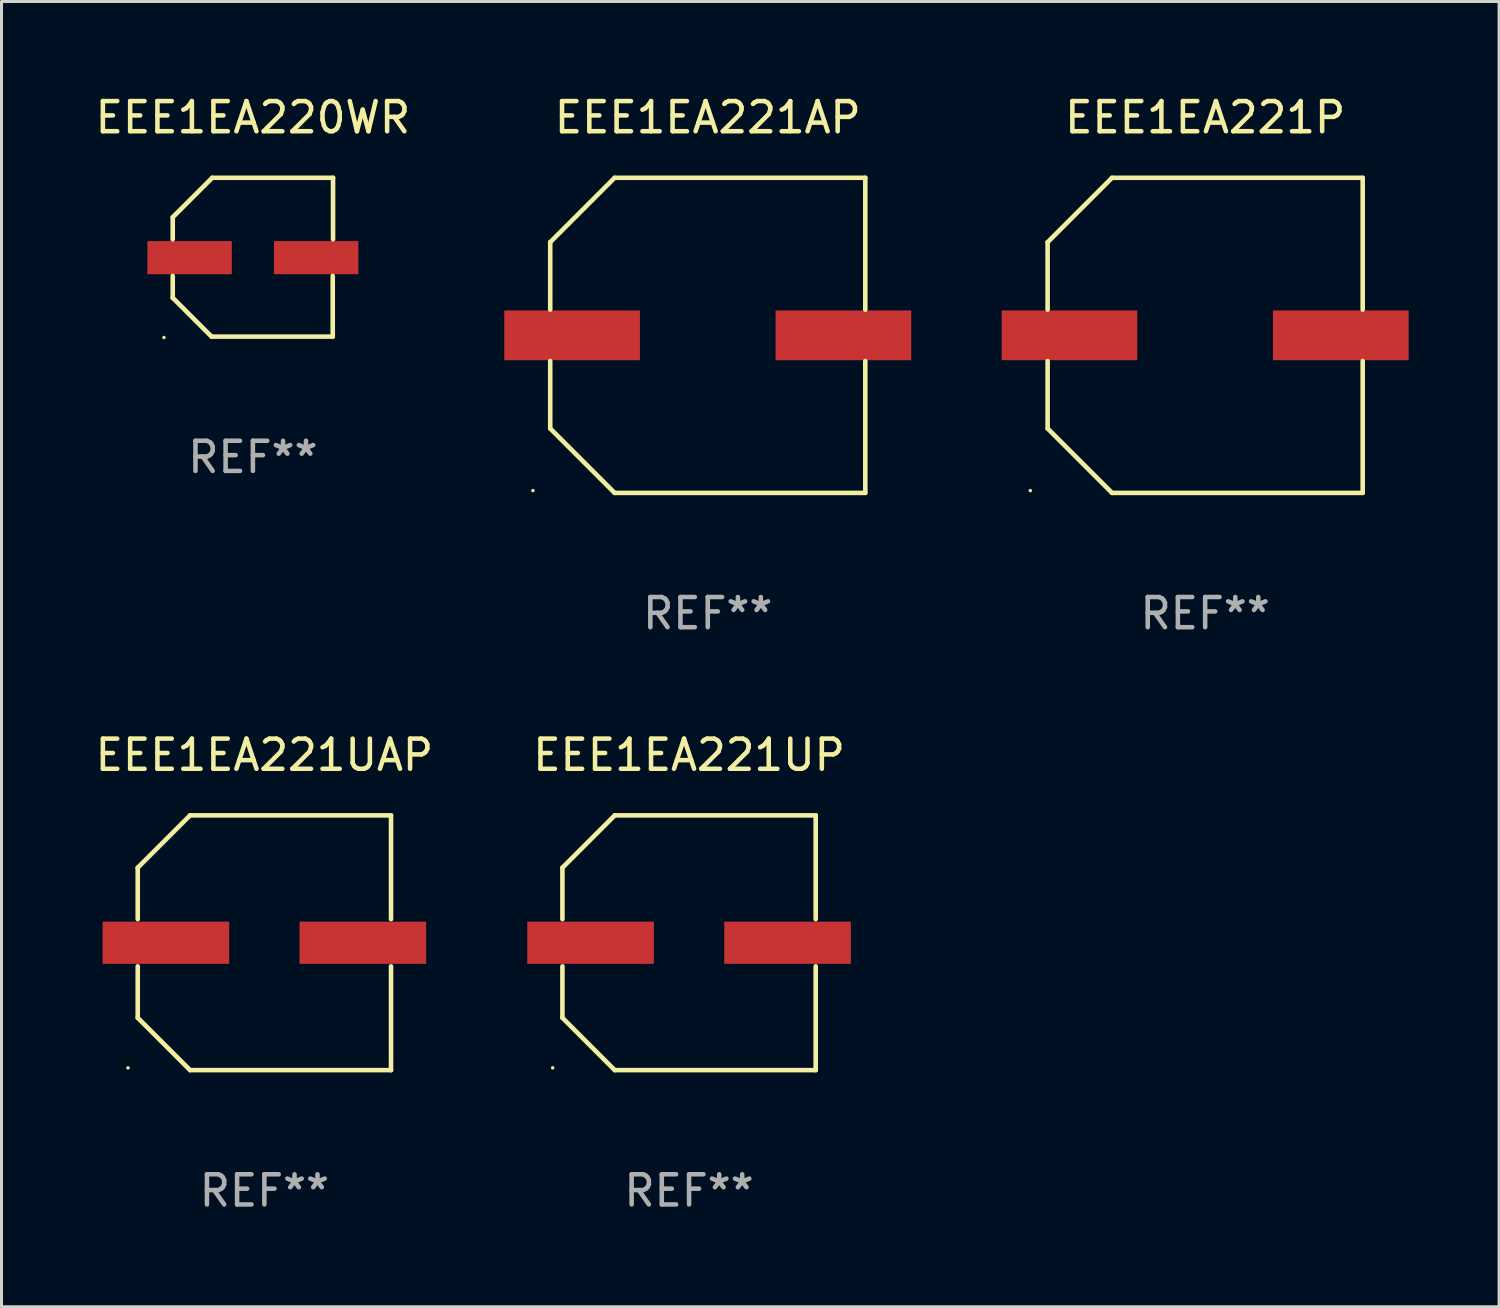
<source format=kicad_pcb>
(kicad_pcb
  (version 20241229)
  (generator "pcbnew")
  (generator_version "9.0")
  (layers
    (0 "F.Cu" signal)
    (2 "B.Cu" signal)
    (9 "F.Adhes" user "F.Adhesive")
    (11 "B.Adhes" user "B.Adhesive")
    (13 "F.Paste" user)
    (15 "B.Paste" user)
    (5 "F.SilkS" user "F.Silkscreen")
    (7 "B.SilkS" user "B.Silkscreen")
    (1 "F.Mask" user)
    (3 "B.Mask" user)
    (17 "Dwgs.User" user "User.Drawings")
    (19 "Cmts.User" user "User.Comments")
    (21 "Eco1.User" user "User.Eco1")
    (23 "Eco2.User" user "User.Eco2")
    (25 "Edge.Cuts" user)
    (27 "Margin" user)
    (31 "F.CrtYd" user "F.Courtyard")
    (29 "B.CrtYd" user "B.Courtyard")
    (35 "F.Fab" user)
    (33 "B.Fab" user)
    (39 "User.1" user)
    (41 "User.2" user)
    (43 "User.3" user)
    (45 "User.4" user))
  (footprint "EEE1EA221AP"
    (layer "F.Cu")
    (at 20.428 8.074)
    (property "Reference" "EEE1EA221AP" (at 0 -7.226 0) (layer "F.SilkS") (effects (font (size 1 1) (thickness 0.15))))
    (attr through_hole)
    (fp_line (start -5.226 -3.09) (end -5.226 -0.852) (stroke (width 0.152) (type solid)) (layer "F.SilkS"))
    (fp_line (start -5.226 3.09) (end -5.226 0.852) (stroke (width 0.152) (type solid)) (layer "F.SilkS"))
    (fp_line (start -3.09 -5.226) (end -5.226 -3.09) (stroke (width 0.152) (type solid)) (layer "F.SilkS"))
    (fp_line (start -3.09 5.226) (end -5.226 3.09) (stroke (width 0.152) (type solid)) (layer "F.SilkS"))
    (fp_line (start 5.226 -5.226) (end -3.09 -5.226) (stroke (width 0.152) (type solid)) (layer "F.SilkS"))
    (fp_line (start 5.226 -0.852) (end 5.226 -5.226) (stroke (width 0.152) (type solid)) (layer "F.SilkS"))
    (fp_line (start 5.226 0.852) (end 5.226 5.226) (stroke (width 0.152) (type solid)) (layer "F.SilkS"))
    (fp_line (start 5.226 5.226) (end -3.09 5.226) (stroke (width 0.152) (type solid)) (layer "F.SilkS"))
    (fp_circle (center -5.8 5.15) (end -5.77 5.15) (stroke (width 0.06) (type solid)) (fill no) (layer "F.SilkS"))
    (fp_text user "REF**" (at 0 9.226 0) (layer "F.Fab") (effects (font (size 1 1) (thickness 0.15))))
    (pad "1" smd rect (at -4.5 0) (size 4.5 1.65) (layers "F.Cu" "F.Mask" "F.Paste"))
    (pad "2" smd rect (at 4.5 0) (size 4.5 1.65) (layers "F.Cu" "F.Mask" "F.Paste")))
  (footprint "EEE1EA220WR"
    (layer "F.Cu")
    (at 5.339 5.482)
    (property "Reference" "EEE1EA220WR" (at 0 -4.634 0) (layer "F.SilkS") (effects (font (size 1 1) (thickness 0.15))))
    (attr through_hole)
    (fp_line (start -2.659 -1.326) (end -2.659 -0.592) (stroke (width 0.152) (type solid)) (layer "F.SilkS"))
    (fp_line (start -2.659 1.346) (end -2.659 0.622) (stroke (width 0.152) (type solid)) (layer "F.SilkS"))
    (fp_line (start -1.372 2.634) (end -2.659 1.346) (stroke (width 0.152) (type solid)) (layer "F.SilkS"))
    (fp_line (start -1.349 -2.634) (end -2.659 -1.326) (stroke (width 0.152) (type solid)) (layer "F.SilkS"))
    (fp_line (start 2.649 0.622) (end 2.649 2.634) (stroke (width 0.152) (type solid)) (layer "F.SilkS"))
    (fp_line (start 2.649 2.634) (end -1.372 2.634) (stroke (width 0.152) (type solid)) (layer "F.SilkS"))
    (fp_line (start 2.659 -2.634) (end -1.349 -2.634) (stroke (width 0.152) (type solid)) (layer "F.SilkS"))
    (fp_line (start 2.659 -0.592) (end 2.659 -2.634) (stroke (width 0.152) (type solid)) (layer "F.SilkS"))
    (fp_circle (center -2.95 2.665) (end -2.92 2.665) (stroke (width 0.06) (type solid)) (fill no) (layer "F.SilkS"))
    (fp_text user "REF**" (at 0 6.634 0) (layer "F.Fab") (effects (font (size 1 1) (thickness 0.15))))
    (pad "1" smd rect (at -2.1 0.015) (size 2.8 1.1) (layers "F.Cu" "F.Mask" "F.Paste"))
    (pad "2" smd rect (at 2.1 0.015) (size 2.8 1.1) (layers "F.Cu" "F.Mask" "F.Paste")))
  (footprint "EEE1EA221UP"
    (layer "F.Cu")
    (at 19.808 28.223)
    (property "Reference" "EEE1EA221UP" (at 0 -6.226 0) (layer "F.SilkS") (effects (font (size 1 1) (thickness 0.15))))
    (attr through_hole)
    (fp_line (start -4.201 -2.49) (end -4.201 -0.782) (stroke (width 0.152) (type solid)) (layer "F.SilkS"))
    (fp_line (start -4.201 2.49) (end -4.201 0.782) (stroke (width 0.152) (type solid)) (layer "F.SilkS"))
    (fp_line (start -2.465 -4.226) (end -4.201 -2.49) (stroke (width 0.152) (type solid)) (layer "F.SilkS"))
    (fp_line (start -2.465 4.226) (end -4.201 2.49) (stroke (width 0.152) (type solid)) (layer "F.SilkS"))
    (fp_line (start 4.201 -4.226) (end -2.465 -4.226) (stroke (width 0.152) (type solid)) (layer "F.SilkS"))
    (fp_line (start 4.201 -0.782) (end 4.201 -4.226) (stroke (width 0.152) (type solid)) (layer "F.SilkS"))
    (fp_line (start 4.201 0.782) (end 4.201 4.226) (stroke (width 0.152) (type solid)) (layer "F.SilkS"))
    (fp_line (start 4.201 4.226) (end -2.465 4.226) (stroke (width 0.152) (type solid)) (layer "F.SilkS"))
    (fp_circle (center -4.524 4.15) (end -4.494 4.15) (stroke (width 0.06) (type solid)) (fill no) (layer "F.SilkS"))
    (fp_text user "REF**" (at 0 8.226 0) (layer "F.Fab") (effects (font (size 1 1) (thickness 0.15))))
    (pad "1" smd rect (at -3.267 0) (size 4.2 1.4) (layers "F.Cu" "F.Mask" "F.Paste"))
    (pad "2" smd rect (at 3.267 0) (size 4.2 1.4) (layers "F.Cu" "F.Mask" "F.Paste")))
  (footprint "EEE1EA221UAP"
    (layer "F.Cu")
    (at 5.72 28.223)
    (property "Reference" "EEE1EA221UAP" (at 0 -6.226 0) (layer "F.SilkS") (effects (font (size 1 1) (thickness 0.15))))
    (attr through_hole)
    (fp_line (start -4.201 -2.49) (end -4.201 -0.782) (stroke (width 0.152) (type solid)) (layer "F.SilkS"))
    (fp_line (start -4.201 2.49) (end -4.201 0.782) (stroke (width 0.152) (type solid)) (layer "F.SilkS"))
    (fp_line (start -2.465 -4.226) (end -4.201 -2.49) (stroke (width 0.152) (type solid)) (layer "F.SilkS"))
    (fp_line (start -2.465 4.226) (end -4.201 2.49) (stroke (width 0.152) (type solid)) (layer "F.SilkS"))
    (fp_line (start 4.201 -4.226) (end -2.465 -4.226) (stroke (width 0.152) (type solid)) (layer "F.SilkS"))
    (fp_line (start 4.201 -0.782) (end 4.201 -4.226) (stroke (width 0.152) (type solid)) (layer "F.SilkS"))
    (fp_line (start 4.201 0.782) (end 4.201 4.226) (stroke (width 0.152) (type solid)) (layer "F.SilkS"))
    (fp_line (start 4.201 4.226) (end -2.465 4.226) (stroke (width 0.152) (type solid)) (layer "F.SilkS"))
    (fp_circle (center -4.524 4.15) (end -4.494 4.15) (stroke (width 0.06) (type solid)) (fill no) (layer "F.SilkS"))
    (fp_text user "REF**" (at 0 8.226 0) (layer "F.Fab") (effects (font (size 1 1) (thickness 0.15))))
    (pad "1" smd rect (at -3.267 0) (size 4.2 1.4) (layers "F.Cu" "F.Mask" "F.Paste"))
    (pad "2" smd rect (at 3.267 0) (size 4.2 1.4) (layers "F.Cu" "F.Mask" "F.Paste")))
  (footprint "EEE1EA221P"
    (layer "F.Cu")
    (at 36.928 8.074)
    (property "Reference" "EEE1EA221P" (at 0 -7.226 0) (layer "F.SilkS") (effects (font (size 1 1) (thickness 0.15))))
    (attr through_hole)
    (fp_line (start -5.226 -3.09) (end -5.226 -0.852) (stroke (width 0.152) (type solid)) (layer "F.SilkS"))
    (fp_line (start -5.226 3.09) (end -5.226 0.852) (stroke (width 0.152) (type solid)) (layer "F.SilkS"))
    (fp_line (start -3.09 -5.226) (end -5.226 -3.09) (stroke (width 0.152) (type solid)) (layer "F.SilkS"))
    (fp_line (start -3.09 5.226) (end -5.226 3.09) (stroke (width 0.152) (type solid)) (layer "F.SilkS"))
    (fp_line (start 5.226 -5.226) (end -3.09 -5.226) (stroke (width 0.152) (type solid)) (layer "F.SilkS"))
    (fp_line (start 5.226 -0.852) (end 5.226 -5.226) (stroke (width 0.152) (type solid)) (layer "F.SilkS"))
    (fp_line (start 5.226 0.852) (end 5.226 5.226) (stroke (width 0.152) (type solid)) (layer "F.SilkS"))
    (fp_line (start 5.226 5.226) (end -3.09 5.226) (stroke (width 0.152) (type solid)) (layer "F.SilkS"))
    (fp_circle (center -5.8 5.15) (end -5.77 5.15) (stroke (width 0.06) (type solid)) (fill no) (layer "F.SilkS"))
    (fp_text user "REF**" (at 0 9.226 0) (layer "F.Fab") (effects (font (size 1 1) (thickness 0.15))))
    (pad "1" smd rect (at -4.5 0) (size 4.5 1.65) (layers "F.Cu" "F.Mask" "F.Paste"))
    (pad "2" smd rect (at 4.5 0) (size 4.5 1.65) (layers "F.Cu" "F.Mask" "F.Paste")))
  (gr_rect
    (start -3 -3)
    (end 46.678 40.298)
    (stroke (width 0.1) (type default))
    (fill no)
    (layer "Edge.Cuts")))
</source>
